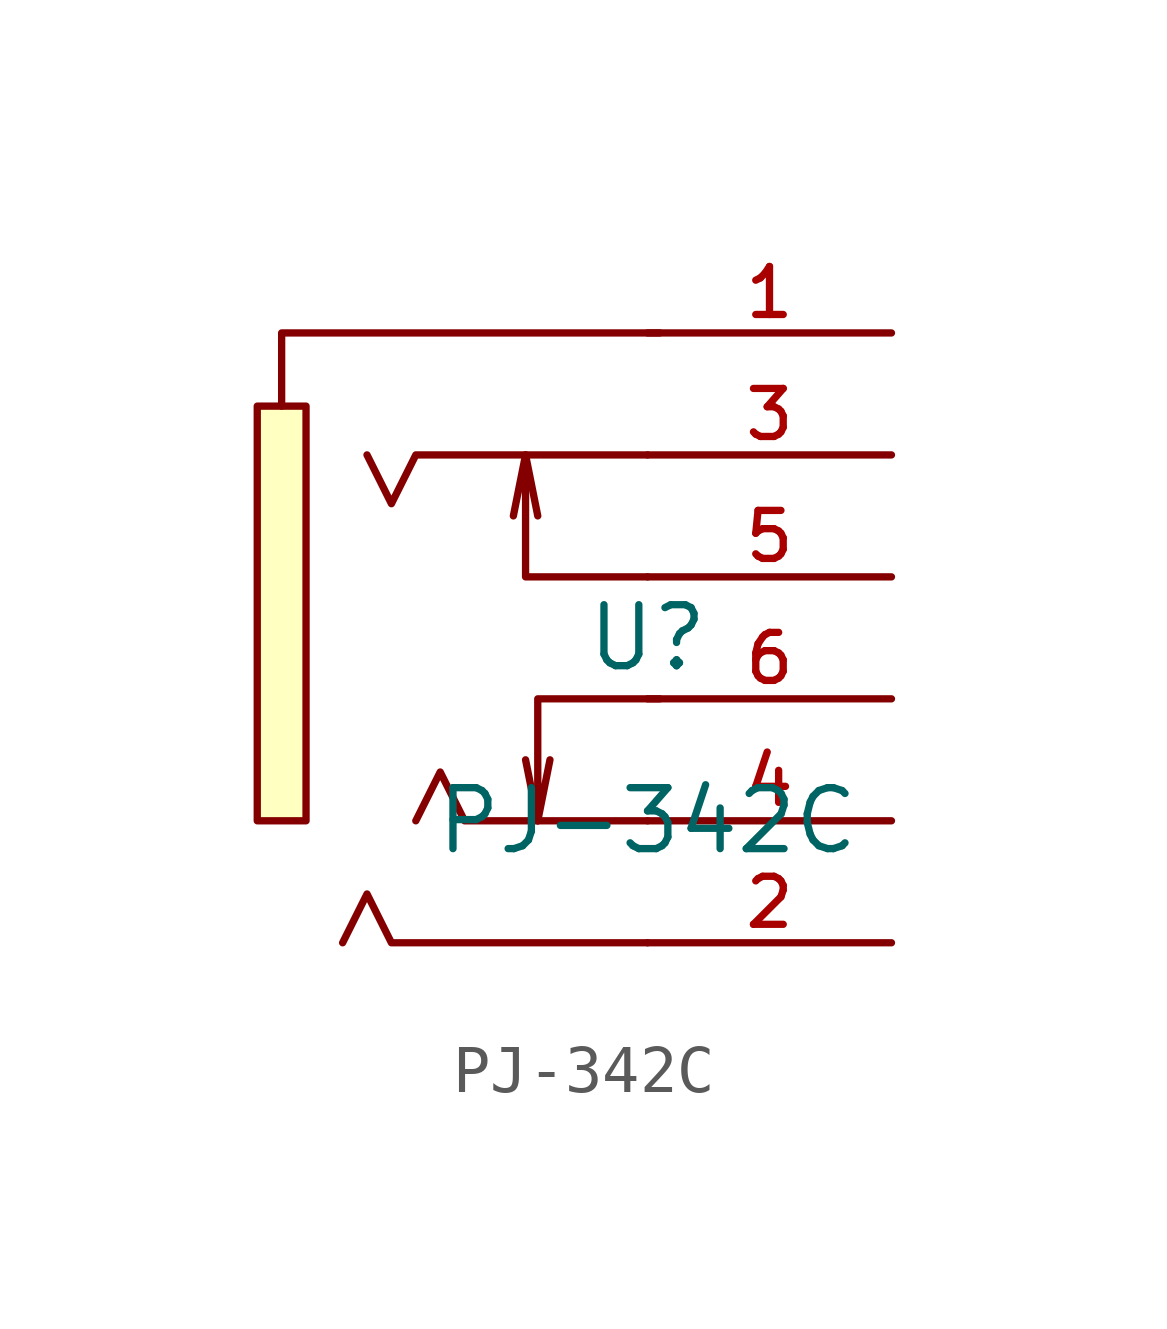
<source format=kicad_sym>
(kicad_symbol_lib
  (version 20210201)
  (generator TousstNicolas/JLC2KiCad_lib)
  (symbol "PJ-342C"
    (pin_names hide)
    (property "Reference" "U"
      (at 0 1.27 0)
      (effects (font (size 1.27 1.27))))
    (property "Value" "PJ-342C"
      (at 0 -2.54 0)
      (effects (font (size 1.27 1.27))))
    (symbol "PJ-342C_0_1"
      (pin unspecified line (at 5.08 -5.08 180) (length 5.08) (name "MIC(GND)" (effects (font (size 1 1)))) (number "2" (effects (font (size 1 1)))))
      (polyline (pts (xy 0.0 -5.08) (xy -5.334 -5.08) (xy -5.842 -4.064) (xy -6.35 -5.08)) (stroke (width 0) (type default) (color 0 0 0 0)) (fill (type none)))
      (pin unspecified line (at 5.08 -0.0 180) (length 5.08) (name "DETECT" (effects (font (size 1 1)))) (number "6" (effects (font (size 1 1)))))
      (pin unspecified line (at 5.08 -2.54 180) (length 5.08) (name "LET" (effects (font (size 1 1)))) (number "4" (effects (font (size 1 1)))))
      (pin unspecified line (at 5.08 7.62 180) (length 5.08) (name "GND(MIC)" (effects (font (size 1 1)))) (number "1" (effects (font (size 1 1)))))
      (polyline (pts (xy -2.286 -2.54) (xy -2.54 -1.27)) (stroke (width 0) (type default) (color 0 0 0 0)) (fill (type none)))
      (polyline (pts (xy 0.254 -0.0) (xy -2.286 -0.0) (xy -2.286 -2.54) (xy -2.032 -1.27)) (stroke (width 0) (type default) (color 0 0 0 0)) (fill (type none)))
      (polyline (pts (xy 0.0 -2.54) (xy -3.81 -2.54) (xy -4.318 -1.524) (xy -4.826 -2.54)) (stroke (width 0) (type default) (color 0 0 0 0)) (fill (type none)))
      (rectangle (start -8.128 6.096) (end -7.112 -2.54) (stroke (width 0) (type default) (color 0 0 0 0)) (fill (type background)))
      (polyline (pts (xy 0.254 7.62) (xy -7.62 7.62) (xy -7.62 6.096)) (stroke (width 0) (type default) (color 0 0 0 0)) (fill (type none)))
      (pin unspecified line (at 5.08 5.08 180) (length 5.08) (name "RT" (effects (font (size 1 1)))) (number "3" (effects (font (size 1 1)))))
      (polyline (pts (xy 0.0 5.08) (xy -4.826 5.08) (xy -5.334 4.064) (xy -5.842 5.08)) (stroke (width 0) (type default) (color 0 0 0 0)) (fill (type none)))
      (polyline (pts (xy 0.0 2.54) (xy -2.54 2.54) (xy -2.54 5.08) (xy -2.794 3.81)) (stroke (width 0) (type default) (color 0 0 0 0)) (fill (type none)))
      (polyline (pts (xy -2.54 5.08) (xy -2.286 3.81)) (stroke (width 0) (type default) (color 0 0 0 0)) (fill (type none)))
      (pin unspecified line (at 5.08 2.54 180) (length 5.08) (name "DETECT" (effects (font (size 1 1)))) (number "5" (effects (font (size 1 1))))))))
</source>
